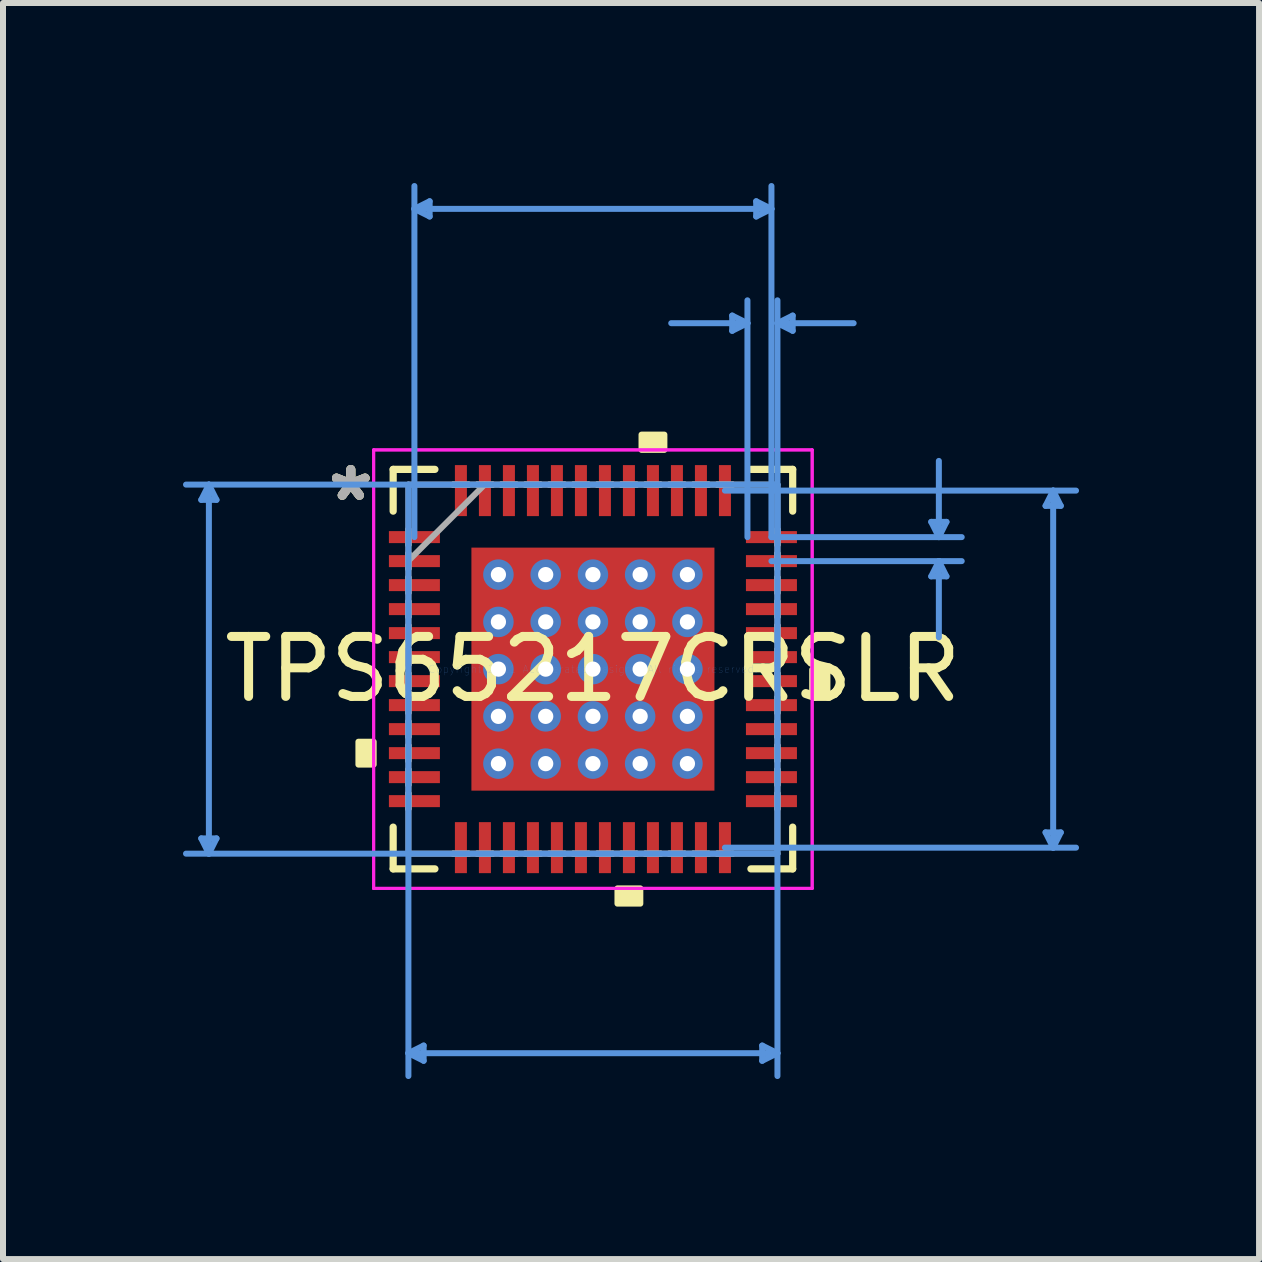
<source format=kicad_pcb>
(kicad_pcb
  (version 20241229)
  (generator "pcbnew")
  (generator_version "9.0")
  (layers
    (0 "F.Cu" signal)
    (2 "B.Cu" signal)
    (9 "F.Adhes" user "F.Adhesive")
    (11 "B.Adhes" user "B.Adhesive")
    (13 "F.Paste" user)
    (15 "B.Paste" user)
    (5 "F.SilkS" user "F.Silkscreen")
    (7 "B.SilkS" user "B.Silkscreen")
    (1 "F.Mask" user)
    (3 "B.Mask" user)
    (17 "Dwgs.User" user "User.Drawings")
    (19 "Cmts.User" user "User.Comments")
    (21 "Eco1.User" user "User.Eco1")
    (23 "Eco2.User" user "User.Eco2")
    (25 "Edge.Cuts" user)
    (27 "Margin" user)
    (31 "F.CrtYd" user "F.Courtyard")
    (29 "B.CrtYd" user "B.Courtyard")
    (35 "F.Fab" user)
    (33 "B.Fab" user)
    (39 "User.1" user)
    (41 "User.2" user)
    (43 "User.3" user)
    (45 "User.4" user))
  (footprint "TPS65217CRSLR"
    (layer "F.Cu")
    (at 6.831 8.101)
    (property "Reference" "TPS65217CRSLR" (at 0 0 0) (layer "F.SilkS") (effects (font (size 1 1) (thickness 0.15))))
    (attr through_hole)
    (fp_poly (pts (xy -3.45 -2.35) (xy -3.45 -2.05) (xy -2.5 -2.05) (xy -2.5 -2.35)) (stroke (width 0.1) (type solid)) (fill yes) (layer "F.Mask"))
    (fp_poly (pts (xy -3.45 -1.95) (xy -3.45 -1.65) (xy -2.5 -1.65) (xy -2.5 -1.95)) (stroke (width 0.1) (type solid)) (fill yes) (layer "F.Mask"))
    (fp_poly (pts (xy -3.45 -1.55) (xy -3.45 -1.25) (xy -2.5 -1.25) (xy -2.5 -1.55)) (stroke (width 0.1) (type solid)) (fill yes) (layer "F.Mask"))
    (fp_poly (pts (xy -3.45 -1.15) (xy -3.45 -0.85) (xy -2.5 -0.85) (xy -2.5 -1.15)) (stroke (width 0.1) (type solid)) (fill yes) (layer "F.Mask"))
    (fp_poly (pts (xy -3.45 -0.75) (xy -3.45 -0.45) (xy -2.5 -0.45) (xy -2.5 -0.75)) (stroke (width 0.1) (type solid)) (fill yes) (layer "F.Mask"))
    (fp_poly (pts (xy -3.45 -0.35) (xy -3.45 -0.05) (xy -2.5 -0.05) (xy -2.5 -0.35)) (stroke (width 0.1) (type solid)) (fill yes) (layer "F.Mask"))
    (fp_poly (pts (xy -3.45 0.05) (xy -3.45 0.35) (xy -2.5 0.35) (xy -2.5 0.05)) (stroke (width 0.1) (type solid)) (fill yes) (layer "F.Mask"))
    (fp_poly (pts (xy -3.45 0.45) (xy -3.45 0.75) (xy -2.5 0.75) (xy -2.5 0.45)) (stroke (width 0.1) (type solid)) (fill yes) (layer "F.Mask"))
    (fp_poly (pts (xy -3.45 0.85) (xy -3.45 1.15) (xy -2.5 1.15) (xy -2.5 0.85)) (stroke (width 0.1) (type solid)) (fill yes) (layer "F.Mask"))
    (fp_poly (pts (xy -3.45 1.25) (xy -3.45 1.55) (xy -2.5 1.55) (xy -2.5 1.25)) (stroke (width 0.1) (type solid)) (fill yes) (layer "F.Mask"))
    (fp_poly (pts (xy -3.45 1.65) (xy -3.45 1.95) (xy -2.5 1.95) (xy -2.5 1.65)) (stroke (width 0.1) (type solid)) (fill yes) (layer "F.Mask"))
    (fp_poly (pts (xy -3.45 2.05) (xy -3.45 2.35) (xy -2.5 2.35) (xy -2.5 2.05)) (stroke (width 0.1) (type solid)) (fill yes) (layer "F.Mask"))
    (fp_poly (pts (xy -2.35 -3.45) (xy -2.35 -2.5) (xy -2.05 -2.5) (xy -2.05 -3.45)) (stroke (width 0.1) (type solid)) (fill yes) (layer "F.Mask"))
    (fp_poly (pts (xy -2.35 2.5) (xy -2.35 3.45) (xy -2.05 3.45) (xy -2.05 2.5)) (stroke (width 0.1) (type solid)) (fill yes) (layer "F.Mask"))
    (fp_poly (pts (xy -2.088 -2.088) (xy -1.775 -2.088) (xy -1.775 2.088) (xy -2.088 2.088)) (stroke (width 0.1) (type solid)) (fill yes) (layer "F.Mask"))
    (fp_poly (pts (xy -2.088 -2.088) (xy 2.088 -2.088) (xy 2.088 -1.775) (xy -2.088 -1.775)) (stroke (width 0.1) (type solid)) (fill yes) (layer "F.Mask"))
    (fp_poly (pts (xy -2.088 -1.375) (xy 2.088 -1.375) (xy 2.088 -0.987) (xy -2.088 -0.987)) (stroke (width 0.1) (type solid)) (fill yes) (layer "F.Mask"))
    (fp_poly (pts (xy -2.088 -0.587) (xy 2.088 -0.587) (xy 2.088 -0.2) (xy -2.088 -0.2)) (stroke (width 0.1) (type solid)) (fill yes) (layer "F.Mask"))
    (fp_poly (pts (xy -2.088 0.2) (xy 2.088 0.2) (xy 2.088 0.587) (xy -2.088 0.587)) (stroke (width 0.1) (type solid)) (fill yes) (layer "F.Mask"))
    (fp_poly (pts (xy -2.088 0.987) (xy 2.088 0.987) (xy 2.088 1.375) (xy -2.088 1.375)) (stroke (width 0.1) (type solid)) (fill yes) (layer "F.Mask"))
    (fp_poly (pts (xy -2.088 1.775) (xy 2.088 1.775) (xy 2.088 2.088) (xy -2.088 2.088)) (stroke (width 0.1) (type solid)) (fill yes) (layer "F.Mask"))
    (fp_poly (pts (xy -1.95 -3.45) (xy -1.95 -2.5) (xy -1.65 -2.5) (xy -1.65 -3.45)) (stroke (width 0.1) (type solid)) (fill yes) (layer "F.Mask"))
    (fp_poly (pts (xy -1.95 2.5) (xy -1.95 3.45) (xy -1.65 3.45) (xy -1.65 2.5)) (stroke (width 0.1) (type solid)) (fill yes) (layer "F.Mask"))
    (fp_poly (pts (xy -1.55 -3.45) (xy -1.55 -2.5) (xy -1.25 -2.5) (xy -1.25 -3.45)) (stroke (width 0.1) (type solid)) (fill yes) (layer "F.Mask"))
    (fp_poly (pts (xy -1.55 2.5) (xy -1.55 3.45) (xy -1.25 3.45) (xy -1.25 2.5)) (stroke (width 0.1) (type solid)) (fill yes) (layer "F.Mask"))
    (fp_poly (pts (xy -1.15 -3.45) (xy -1.15 -2.5) (xy -0.85 -2.5) (xy -0.85 -3.45)) (stroke (width 0.1) (type solid)) (fill yes) (layer "F.Mask"))
    (fp_poly (pts (xy -1.15 2.5) (xy -1.15 3.45) (xy -0.85 3.45) (xy -0.85 2.5)) (stroke (width 0.1) (type solid)) (fill yes) (layer "F.Mask"))
    (fp_poly (pts (xy -0.987 -2.088) (xy -1.375 -2.088) (xy -1.375 2.088) (xy -0.987 2.088)) (stroke (width 0.1) (type solid)) (fill yes) (layer "F.Mask"))
    (fp_poly (pts (xy -0.75 2.5) (xy -0.75 3.45) (xy -0.45 3.45) (xy -0.45 2.5)) (stroke (width 0.1) (type solid)) (fill yes) (layer "F.Mask"))
    (fp_poly (pts (xy -0.75 -3.45) (xy -0.75 -2.5) (xy -0.45 -2.5) (xy -0.45 -3.45)) (stroke (width 0.1) (type solid)) (fill yes) (layer "F.Mask"))
    (fp_poly (pts (xy -0.35 -3.45) (xy -0.35 -2.5) (xy -0.05 -2.5) (xy -0.05 -3.45)) (stroke (width 0.1) (type solid)) (fill yes) (layer "F.Mask"))
    (fp_poly (pts (xy -0.35 2.5) (xy -0.35 3.45) (xy -0.05 3.45) (xy -0.05 2.5)) (stroke (width 0.1) (type solid)) (fill yes) (layer "F.Mask"))
    (fp_poly (pts (xy -0.2 -2.088) (xy -0.587 -2.088) (xy -0.587 2.088) (xy -0.2 2.088)) (stroke (width 0.1) (type solid)) (fill yes) (layer "F.Mask"))
    (fp_poly (pts (xy 0.05 -3.45) (xy 0.05 -2.5) (xy 0.35 -2.5) (xy 0.35 -3.45)) (stroke (width 0.1) (type solid)) (fill yes) (layer "F.Mask"))
    (fp_poly (pts (xy 0.05 2.5) (xy 0.05 3.45) (xy 0.35 3.45) (xy 0.35 2.5)) (stroke (width 0.1) (type solid)) (fill yes) (layer "F.Mask"))
    (fp_poly (pts (xy 0.45 -3.45) (xy 0.45 -2.5) (xy 0.75 -2.5) (xy 0.75 -3.45)) (stroke (width 0.1) (type solid)) (fill yes) (layer "F.Mask"))
    (fp_poly (pts (xy 0.45 2.5) (xy 0.45 3.45) (xy 0.75 3.45) (xy 0.75 2.5)) (stroke (width 0.1) (type solid)) (fill yes) (layer "F.Mask"))
    (fp_poly (pts (xy 0.587 -2.088) (xy 0.2 -2.088) (xy 0.2 2.088) (xy 0.587 2.088)) (stroke (width 0.1) (type solid)) (fill yes) (layer "F.Mask"))
    (fp_poly (pts (xy 0.85 -3.45) (xy 0.85 -2.5) (xy 1.15 -2.5) (xy 1.15 -3.45)) (stroke (width 0.1) (type solid)) (fill yes) (layer "F.Mask"))
    (fp_poly (pts (xy 0.85 2.5) (xy 0.85 3.45) (xy 1.15 3.45) (xy 1.15 2.5)) (stroke (width 0.1) (type solid)) (fill yes) (layer "F.Mask"))
    (fp_poly (pts (xy 1.25 -3.45) (xy 1.25 -2.5) (xy 1.55 -2.5) (xy 1.55 -3.45)) (stroke (width 0.1) (type solid)) (fill yes) (layer "F.Mask"))
    (fp_poly (pts (xy 1.25 2.5) (xy 1.25 3.45) (xy 1.55 3.45) (xy 1.55 2.5)) (stroke (width 0.1) (type solid)) (fill yes) (layer "F.Mask"))
    (fp_poly (pts (xy 1.375 -2.088) (xy 0.987 -2.088) (xy 0.987 2.088) (xy 1.375 2.088)) (stroke (width 0.1) (type solid)) (fill yes) (layer "F.Mask"))
    (fp_poly (pts (xy 1.65 -3.45) (xy 1.65 -2.5) (xy 1.95 -2.5) (xy 1.95 -3.45)) (stroke (width 0.1) (type solid)) (fill yes) (layer "F.Mask"))
    (fp_poly (pts (xy 1.65 2.5) (xy 1.65 3.45) (xy 1.95 3.45) (xy 1.95 2.5)) (stroke (width 0.1) (type solid)) (fill yes) (layer "F.Mask"))
    (fp_poly (pts (xy 1.775 -2.088) (xy 2.088 -2.088) (xy 2.088 2.088) (xy 1.775 2.088)) (stroke (width 0.1) (type solid)) (fill yes) (layer "F.Mask"))
    (fp_poly (pts (xy 2.05 -3.45) (xy 2.05 -2.5) (xy 2.35 -2.5) (xy 2.35 -3.45)) (stroke (width 0.1) (type solid)) (fill yes) (layer "F.Mask"))
    (fp_poly (pts (xy 2.05 2.5) (xy 2.05 3.45) (xy 2.35 3.45) (xy 2.35 2.5)) (stroke (width 0.1) (type solid)) (fill yes) (layer "F.Mask"))
    (fp_poly (pts (xy 2.5 -2.35) (xy 2.5 -2.05) (xy 3.45 -2.05) (xy 3.45 -2.35)) (stroke (width 0.1) (type solid)) (fill yes) (layer "F.Mask"))
    (fp_poly (pts (xy 2.5 -1.95) (xy 2.5 -1.65) (xy 3.45 -1.65) (xy 3.45 -1.95)) (stroke (width 0.1) (type solid)) (fill yes) (layer "F.Mask"))
    (fp_poly (pts (xy 2.5 -1.55) (xy 2.5 -1.25) (xy 3.45 -1.25) (xy 3.45 -1.55)) (stroke (width 0.1) (type solid)) (fill yes) (layer "F.Mask"))
    (fp_poly (pts (xy 2.5 -1.15) (xy 2.5 -0.85) (xy 3.45 -0.85) (xy 3.45 -1.15)) (stroke (width 0.1) (type solid)) (fill yes) (layer "F.Mask"))
    (fp_poly (pts (xy 2.5 -0.75) (xy 2.5 -0.45) (xy 3.45 -0.45) (xy 3.45 -0.75)) (stroke (width 0.1) (type solid)) (fill yes) (layer "F.Mask"))
    (fp_poly (pts (xy 2.5 -0.35) (xy 2.5 -0.05) (xy 3.45 -0.05) (xy 3.45 -0.35)) (stroke (width 0.1) (type solid)) (fill yes) (layer "F.Mask"))
    (fp_poly (pts (xy 2.5 0.05) (xy 2.5 0.35) (xy 3.45 0.35) (xy 3.45 0.05)) (stroke (width 0.1) (type solid)) (fill yes) (layer "F.Mask"))
    (fp_poly (pts (xy 2.5 0.45) (xy 2.5 0.75) (xy 3.45 0.75) (xy 3.45 0.45)) (stroke (width 0.1) (type solid)) (fill yes) (layer "F.Mask"))
    (fp_poly (pts (xy 2.5 0.85) (xy 2.5 1.15) (xy 3.45 1.15) (xy 3.45 0.85)) (stroke (width 0.1) (type solid)) (fill yes) (layer "F.Mask"))
    (fp_poly (pts (xy 2.5 1.25) (xy 2.5 1.55) (xy 3.45 1.55) (xy 3.45 1.25)) (stroke (width 0.1) (type solid)) (fill yes) (layer "F.Mask"))
    (fp_poly (pts (xy 2.5 1.65) (xy 2.5 1.95) (xy 3.45 1.95) (xy 3.45 1.65)) (stroke (width 0.1) (type solid)) (fill yes) (layer "F.Mask"))
    (fp_poly (pts (xy 2.5 2.05) (xy 2.5 2.35) (xy 3.45 2.35) (xy 3.45 2.05)) (stroke (width 0.1) (type solid)) (fill yes) (layer "F.Mask"))
    (fp_line (start -3.329 -3.329) (end -3.329 -2.633) (stroke (width 0.12) (type solid)) (layer "F.SilkS"))
    (fp_line (start -3.329 2.633) (end -3.329 3.329) (stroke (width 0.12) (type solid)) (layer "F.SilkS"))
    (fp_line (start -3.329 3.329) (end -2.633 3.329) (stroke (width 0.12) (type solid)) (layer "F.SilkS"))
    (fp_line (start -2.633 -3.329) (end -3.329 -3.329) (stroke (width 0.12) (type solid)) (layer "F.SilkS"))
    (fp_line (start 2.633 3.329) (end 3.329 3.329) (stroke (width 0.12) (type solid)) (layer "F.SilkS"))
    (fp_line (start 3.329 -3.329) (end 2.633 -3.329) (stroke (width 0.12) (type solid)) (layer "F.SilkS"))
    (fp_line (start 3.329 -2.633) (end 3.329 -3.329) (stroke (width 0.12) (type solid)) (layer "F.SilkS"))
    (fp_line (start 3.329 3.329) (end 3.329 2.633) (stroke (width 0.12) (type solid)) (layer "F.SilkS"))
    (fp_poly (pts (xy -3.908 1.21) (xy -3.908 1.591) (xy -3.654 1.591) (xy -3.654 1.21)) (stroke (width 0.1) (type solid)) (fill yes) (layer "F.SilkS"))
    (fp_poly (pts (xy 0.409 3.654) (xy 0.409 3.908) (xy 0.79 3.908) (xy 0.79 3.654)) (stroke (width 0.1) (type solid)) (fill yes) (layer "F.SilkS"))
    (fp_poly (pts (xy 0.81 -3.654) (xy 0.81 -3.908) (xy 1.191 -3.908) (xy 1.191 -3.654)) (stroke (width 0.1) (type solid)) (fill yes) (layer "F.SilkS"))
    (fp_poly (pts (xy 3.908 0.009) (xy 3.908 0.391) (xy 3.654 0.391) (xy 3.654 0.009)) (stroke (width 0.1) (type solid)) (fill yes) (layer "F.SilkS"))
    (fp_poly (pts (xy -3.375 -2.275) (xy -3.375 -2.125) (xy -2.575 -2.125) (xy -2.575 -2.275)) (stroke (width 0.1) (type solid)) (fill yes) (layer "F.Paste"))
    (fp_poly (pts (xy -3.375 -1.875) (xy -3.375 -1.725) (xy -2.575 -1.725) (xy -2.575 -1.875)) (stroke (width 0.1) (type solid)) (fill yes) (layer "F.Paste"))
    (fp_poly (pts (xy -3.375 -1.475) (xy -3.375 -1.325) (xy -2.575 -1.325) (xy -2.575 -1.475)) (stroke (width 0.1) (type solid)) (fill yes) (layer "F.Paste"))
    (fp_poly (pts (xy -3.375 -1.075) (xy -3.375 -0.925) (xy -2.575 -0.925) (xy -2.575 -1.075)) (stroke (width 0.1) (type solid)) (fill yes) (layer "F.Paste"))
    (fp_poly (pts (xy -3.375 -0.675) (xy -3.375 -0.525) (xy -2.575 -0.525) (xy -2.575 -0.675)) (stroke (width 0.1) (type solid)) (fill yes) (layer "F.Paste"))
    (fp_poly (pts (xy -3.375 -0.275) (xy -3.375 -0.125) (xy -2.575 -0.125) (xy -2.575 -0.275)) (stroke (width 0.1) (type solid)) (fill yes) (layer "F.Paste"))
    (fp_poly (pts (xy -3.375 0.125) (xy -3.375 0.275) (xy -2.575 0.275) (xy -2.575 0.125)) (stroke (width 0.1) (type solid)) (fill yes) (layer "F.Paste"))
    (fp_poly (pts (xy -3.375 0.525) (xy -3.375 0.675) (xy -2.575 0.675) (xy -2.575 0.525)) (stroke (width 0.1) (type solid)) (fill yes) (layer "F.Paste"))
    (fp_poly (pts (xy -3.375 0.925) (xy -3.375 1.075) (xy -2.575 1.075) (xy -2.575 0.925)) (stroke (width 0.1) (type solid)) (fill yes) (layer "F.Paste"))
    (fp_poly (pts (xy -3.375 1.325) (xy -3.375 1.475) (xy -2.575 1.475) (xy -2.575 1.325)) (stroke (width 0.1) (type solid)) (fill yes) (layer "F.Paste"))
    (fp_poly (pts (xy -3.375 1.725) (xy -3.375 1.875) (xy -2.575 1.875) (xy -2.575 1.725)) (stroke (width 0.1) (type solid)) (fill yes) (layer "F.Paste"))
    (fp_poly (pts (xy -3.375 2.125) (xy -3.375 2.275) (xy -2.575 2.275) (xy -2.575 2.125)) (stroke (width 0.1) (type solid)) (fill yes) (layer "F.Paste"))
    (fp_poly (pts (xy -2.275 -3.375) (xy -2.275 -2.575) (xy -2.125 -2.575) (xy -2.125 -3.375)) (stroke (width 0.1) (type solid)) (fill yes) (layer "F.Paste"))
    (fp_poly (pts (xy -2.275 2.575) (xy -2.275 3.375) (xy -2.125 3.375) (xy -2.125 2.575)) (stroke (width 0.1) (type solid)) (fill yes) (layer "F.Paste"))
    (fp_poly (pts (xy -1.875 -3.375) (xy -1.875 -2.575) (xy -1.725 -2.575) (xy -1.725 -3.375)) (stroke (width 0.1) (type solid)) (fill yes) (layer "F.Paste"))
    (fp_poly (pts (xy -1.875 2.575) (xy -1.875 3.375) (xy -1.725 3.375) (xy -1.725 2.575)) (stroke (width 0.1) (type solid)) (fill yes) (layer "F.Paste"))
    (fp_poly (pts (xy -1.475 -3.375) (xy -1.475 -2.575) (xy -1.325 -2.575) (xy -1.325 -3.375)) (stroke (width 0.1) (type solid)) (fill yes) (layer "F.Paste"))
    (fp_poly (pts (xy -1.475 2.575) (xy -1.475 3.375) (xy -1.325 3.375) (xy -1.325 2.575)) (stroke (width 0.1) (type solid)) (fill yes) (layer "F.Paste"))
    (fp_poly (pts (xy -1.075 -3.375) (xy -1.075 -2.575) (xy -0.925 -2.575) (xy -0.925 -3.375)) (stroke (width 0.1) (type solid)) (fill yes) (layer "F.Paste"))
    (fp_poly (pts (xy -1.075 2.575) (xy -1.075 3.375) (xy -0.925 3.375) (xy -0.925 2.575)) (stroke (width 0.1) (type solid)) (fill yes) (layer "F.Paste"))
    (fp_poly (pts (xy -0.675 -3.375) (xy -0.675 -2.575) (xy -0.525 -2.575) (xy -0.525 -3.375)) (stroke (width 0.1) (type solid)) (fill yes) (layer "F.Paste"))
    (fp_poly (pts (xy -0.675 2.575) (xy -0.675 3.375) (xy -0.525 3.375) (xy -0.525 2.575)) (stroke (width 0.1) (type solid)) (fill yes) (layer "F.Paste"))
    (fp_poly (pts (xy -0.275 -3.375) (xy -0.275 -2.575) (xy -0.125 -2.575) (xy -0.125 -3.375)) (stroke (width 0.1) (type solid)) (fill yes) (layer "F.Paste"))
    (fp_poly (pts (xy -0.275 2.575) (xy -0.275 3.375) (xy -0.125 3.375) (xy -0.125 2.575)) (stroke (width 0.1) (type solid)) (fill yes) (layer "F.Paste"))
    (fp_poly (pts (xy 0.125 -3.375) (xy 0.125 -2.575) (xy 0.275 -2.575) (xy 0.275 -3.375)) (stroke (width 0.1) (type solid)) (fill yes) (layer "F.Paste"))
    (fp_poly (pts (xy 0.125 2.575) (xy 0.125 3.375) (xy 0.275 3.375) (xy 0.275 2.575)) (stroke (width 0.1) (type solid)) (fill yes) (layer "F.Paste"))
    (fp_poly (pts (xy 0.525 -3.375) (xy 0.525 -2.575) (xy 0.675 -2.575) (xy 0.675 -3.375)) (stroke (width 0.1) (type solid)) (fill yes) (layer "F.Paste"))
    (fp_poly (pts (xy 0.525 2.575) (xy 0.525 3.375) (xy 0.675 3.375) (xy 0.675 2.575)) (stroke (width 0.1) (type solid)) (fill yes) (layer "F.Paste"))
    (fp_poly (pts (xy 0.925 -3.375) (xy 0.925 -2.575) (xy 1.075 -2.575) (xy 1.075 -3.375)) (stroke (width 0.1) (type solid)) (fill yes) (layer "F.Paste"))
    (fp_poly (pts (xy 0.925 2.575) (xy 0.925 3.375) (xy 1.075 3.375) (xy 1.075 2.575)) (stroke (width 0.1) (type solid)) (fill yes) (layer "F.Paste"))
    (fp_poly (pts (xy 1.325 2.575) (xy 1.325 3.375) (xy 1.475 3.375) (xy 1.475 2.575)) (stroke (width 0.1) (type solid)) (fill yes) (layer "F.Paste"))
    (fp_poly (pts (xy 1.325 -3.375) (xy 1.325 -2.575) (xy 1.475 -2.575) (xy 1.475 -3.375)) (stroke (width 0.1) (type solid)) (fill yes) (layer "F.Paste"))
    (fp_poly (pts (xy 1.725 -3.375) (xy 1.725 -2.575) (xy 1.875 -2.575) (xy 1.875 -3.375)) (stroke (width 0.1) (type solid)) (fill yes) (layer "F.Paste"))
    (fp_poly (pts (xy 1.725 2.575) (xy 1.725 3.375) (xy 1.875 3.375) (xy 1.875 2.575)) (stroke (width 0.1) (type solid)) (fill yes) (layer "F.Paste"))
    (fp_poly (pts (xy 2.125 -3.375) (xy 2.125 -2.575) (xy 2.275 -2.575) (xy 2.275 -3.375)) (stroke (width 0.1) (type solid)) (fill yes) (layer "F.Paste"))
    (fp_poly (pts (xy 2.125 2.575) (xy 2.125 3.375) (xy 2.275 3.375) (xy 2.275 2.575)) (stroke (width 0.1) (type solid)) (fill yes) (layer "F.Paste"))
    (fp_poly (pts (xy 2.575 -2.275) (xy 2.575 -2.125) (xy 3.375 -2.125) (xy 3.375 -2.275)) (stroke (width 0.1) (type solid)) (fill yes) (layer "F.Paste"))
    (fp_poly (pts (xy 2.575 -1.875) (xy 2.575 -1.725) (xy 3.375 -1.725) (xy 3.375 -1.875)) (stroke (width 0.1) (type solid)) (fill yes) (layer "F.Paste"))
    (fp_poly (pts (xy 2.575 -1.475) (xy 2.575 -1.325) (xy 3.375 -1.325) (xy 3.375 -1.475)) (stroke (width 0.1) (type solid)) (fill yes) (layer "F.Paste"))
    (fp_poly (pts (xy 2.575 -1.075) (xy 2.575 -0.925) (xy 3.375 -0.925) (xy 3.375 -1.075)) (stroke (width 0.1) (type solid)) (fill yes) (layer "F.Paste"))
    (fp_poly (pts (xy 2.575 -0.675) (xy 2.575 -0.525) (xy 3.375 -0.525) (xy 3.375 -0.675)) (stroke (width 0.1) (type solid)) (fill yes) (layer "F.Paste"))
    (fp_poly (pts (xy 2.575 -0.275) (xy 2.575 -0.125) (xy 3.375 -0.125) (xy 3.375 -0.275)) (stroke (width 0.1) (type solid)) (fill yes) (layer "F.Paste"))
    (fp_poly (pts (xy 2.575 0.125) (xy 2.575 0.275) (xy 3.375 0.275) (xy 3.375 0.125)) (stroke (width 0.1) (type solid)) (fill yes) (layer "F.Paste"))
    (fp_poly (pts (xy 2.575 0.525) (xy 2.575 0.675) (xy 3.375 0.675) (xy 3.375 0.525)) (stroke (width 0.1) (type solid)) (fill yes) (layer "F.Paste"))
    (fp_poly (pts (xy 2.575 0.925) (xy 2.575 1.075) (xy 3.375 1.075) (xy 3.375 0.925)) (stroke (width 0.1) (type solid)) (fill yes) (layer "F.Paste"))
    (fp_poly (pts (xy 2.575 1.325) (xy 2.575 1.475) (xy 3.375 1.475) (xy 3.375 1.325)) (stroke (width 0.1) (type solid)) (fill yes) (layer "F.Paste"))
    (fp_poly (pts (xy 2.575 1.725) (xy 2.575 1.875) (xy 3.375 1.875) (xy 3.375 1.725)) (stroke (width 0.1) (type solid)) (fill yes) (layer "F.Paste"))
    (fp_poly (pts (xy 2.575 2.125) (xy 2.575 2.275) (xy 3.375 2.275) (xy 3.375 2.125)) (stroke (width 0.1) (type solid)) (fill yes) (layer "F.Paste"))
    (fp_poly (pts (xy -1.95 -1.95) (xy -1.95 -1.675) (xy -1.816 -1.675) (xy -1.675 -1.816) (xy -1.675 -1.95)) (stroke (width 0.1) (type solid)) (fill yes) (layer "F.Paste"))
    (fp_poly (pts (xy -1.95 1.675) (xy -1.95 1.95) (xy -1.675 1.95) (xy -1.675 1.816) (xy -1.816 1.675)) (stroke (width 0.1) (type solid)) (fill yes) (layer "F.Paste"))
    (fp_poly (pts (xy 1.675 -1.95) (xy 1.675 -1.816) (xy 1.816 -1.675) (xy 1.95 -1.675) (xy 1.95 -1.95)) (stroke (width 0.1) (type solid)) (fill yes) (layer "F.Paste"))
    (fp_poly (pts (xy 1.816 1.675) (xy 1.675 1.816) (xy 1.675 1.95) (xy 1.95 1.95) (xy 1.95 1.675)) (stroke (width 0.1) (type solid)) (fill yes) (layer "F.Paste"))
    (fp_poly (pts (xy -1.95 -1.475) (xy -1.95 -0.887) (xy -1.816 -0.887) (xy -1.675 -1.029) (xy -1.675 -1.333) (xy -1.816 -1.475)) (stroke (width 0.1) (type solid)) (fill yes) (layer "F.Paste"))
    (fp_poly (pts (xy -1.95 -0.687) (xy -1.95 -0.1) (xy -1.816 -0.1) (xy -1.675 -0.241) (xy -1.675 -0.546) (xy -1.816 -0.687)) (stroke (width 0.1) (type solid)) (fill yes) (layer "F.Paste"))
    (fp_poly (pts (xy -1.95 0.1) (xy -1.95 0.687) (xy -1.816 0.687) (xy -1.675 0.546) (xy -1.675 0.241) (xy -1.816 0.1)) (stroke (width 0.1) (type solid)) (fill yes) (layer "F.Paste"))
    (fp_poly (pts (xy -1.95 0.887) (xy -1.95 1.475) (xy -1.816 1.475) (xy -1.675 1.333) (xy -1.675 1.029) (xy -1.816 0.887)) (stroke (width 0.1) (type solid)) (fill yes) (layer "F.Paste"))
    (fp_poly (pts (xy -1.475 -1.95) (xy -1.475 -1.816) (xy -1.333 -1.675) (xy -1.029 -1.675) (xy -0.887 -1.816) (xy -0.887 -1.95)) (stroke (width 0.1) (type solid)) (fill yes) (layer "F.Paste"))
    (fp_poly (pts (xy -1.333 1.675) (xy -1.475 1.816) (xy -1.475 1.95) (xy -0.887 1.95) (xy -0.887 1.816) (xy -1.029 1.675)) (stroke (width 0.1) (type solid)) (fill yes) (layer "F.Paste"))
    (fp_poly (pts (xy -0.687 -1.95) (xy -0.687 -1.816) (xy -0.546 -1.675) (xy -0.241 -1.675) (xy -0.1 -1.816) (xy -0.1 -1.95)) (stroke (width 0.1) (type solid)) (fill yes) (layer "F.Paste"))
    (fp_poly (pts (xy -0.546 1.675) (xy -0.687 1.816) (xy -0.687 1.95) (xy -0.1 1.95) (xy -0.1 1.816) (xy -0.241 1.675)) (stroke (width 0.1) (type solid)) (fill yes) (layer "F.Paste"))
    (fp_poly (pts (xy 0.1 -1.95) (xy 0.1 -1.816) (xy 0.241 -1.675) (xy 0.546 -1.675) (xy 0.687 -1.816) (xy 0.687 -1.95)) (stroke (width 0.1) (type solid)) (fill yes) (layer "F.Paste"))
    (fp_poly (pts (xy 0.241 1.675) (xy 0.1 1.816) (xy 0.1 1.95) (xy 0.687 1.95) (xy 0.687 1.816) (xy 0.546 1.675)) (stroke (width 0.1) (type solid)) (fill yes) (layer "F.Paste"))
    (fp_poly (pts (xy 0.887 -1.95) (xy 0.887 -1.816) (xy 1.029 -1.675) (xy 1.333 -1.675) (xy 1.475 -1.816) (xy 1.475 -1.95)) (stroke (width 0.1) (type solid)) (fill yes) (layer "F.Paste"))
    (fp_poly (pts (xy 1.029 1.675) (xy 0.887 1.816) (xy 0.887 1.95) (xy 1.475 1.95) (xy 1.475 1.816) (xy 1.333 1.675)) (stroke (width 0.1) (type solid)) (fill yes) (layer "F.Paste"))
    (fp_poly (pts (xy 1.816 -1.475) (xy 1.675 -1.333) (xy 1.675 -1.029) (xy 1.816 -0.887) (xy 1.95 -0.887) (xy 1.95 -1.475)) (stroke (width 0.1) (type solid)) (fill yes) (layer "F.Paste"))
    (fp_poly (pts (xy 1.816 -0.687) (xy 1.675 -0.546) (xy 1.675 -0.241) (xy 1.816 -0.1) (xy 1.95 -0.1) (xy 1.95 -0.687)) (stroke (width 0.1) (type solid)) (fill yes) (layer "F.Paste"))
    (fp_poly (pts (xy 1.816 0.1) (xy 1.675 0.241) (xy 1.675 0.546) (xy 1.816 0.687) (xy 1.95 0.687) (xy 1.95 0.1)) (stroke (width 0.1) (type solid)) (fill yes) (layer "F.Paste"))
    (fp_poly (pts (xy 1.816 0.887) (xy 1.675 1.029) (xy 1.675 1.333) (xy 1.816 1.475) (xy 1.95 1.475) (xy 1.95 0.887)) (stroke (width 0.1) (type solid)) (fill yes) (layer "F.Paste"))
    (fp_poly (pts (xy -1.333 -1.475) (xy -1.475 -1.333) (xy -1.475 -1.029) (xy -1.333 -0.887) (xy -1.029 -0.887) (xy -0.887 -1.029) (xy -0.887 -1.333) (xy -1.029 -1.475)) (stroke (width 0.1) (type solid)) (fill yes) (layer "F.Paste"))
    (fp_poly (pts (xy -1.333 -0.687) (xy -1.475 -0.546) (xy -1.475 -0.241) (xy -1.333 -0.1) (xy -1.029 -0.1) (xy -0.887 -0.241) (xy -0.887 -0.546) (xy -1.029 -0.687)) (stroke (width 0.1) (type solid)) (fill yes) (layer "F.Paste"))
    (fp_poly (pts (xy -1.333 0.1) (xy -1.475 0.241) (xy -1.475 0.546) (xy -1.333 0.687) (xy -1.029 0.687) (xy -0.887 0.546) (xy -0.887 0.241) (xy -1.029 0.1)) (stroke (width 0.1) (type solid)) (fill yes) (layer "F.Paste"))
    (fp_poly (pts (xy -1.333 0.887) (xy -1.475 1.029) (xy -1.475 1.333) (xy -1.333 1.475) (xy -1.029 1.475) (xy -0.887 1.333) (xy -0.887 1.029) (xy -1.029 0.887)) (stroke (width 0.1) (type solid)) (fill yes) (layer "F.Paste"))
    (fp_poly (pts (xy -0.546 -1.475) (xy -0.687 -1.333) (xy -0.687 -1.029) (xy -0.546 -0.887) (xy -0.241 -0.887) (xy -0.1 -1.029) (xy -0.1 -1.333) (xy -0.241 -1.475)) (stroke (width 0.1) (type solid)) (fill yes) (layer "F.Paste"))
    (fp_poly (pts (xy -0.546 -0.687) (xy -0.687 -0.546) (xy -0.687 -0.241) (xy -0.546 -0.1) (xy -0.241 -0.1) (xy -0.1 -0.241) (xy -0.1 -0.546) (xy -0.241 -0.687)) (stroke (width 0.1) (type solid)) (fill yes) (layer "F.Paste"))
    (fp_poly (pts (xy -0.546 0.1) (xy -0.687 0.241) (xy -0.687 0.546) (xy -0.546 0.687) (xy -0.241 0.687) (xy -0.1 0.546) (xy -0.1 0.241) (xy -0.241 0.1)) (stroke (width 0.1) (type solid)) (fill yes) (layer "F.Paste"))
    (fp_poly (pts (xy -0.546 0.887) (xy -0.687 1.029) (xy -0.687 1.333) (xy -0.546 1.475) (xy -0.241 1.475) (xy -0.1 1.333) (xy -0.1 1.029) (xy -0.241 0.887)) (stroke (width 0.1) (type solid)) (fill yes) (layer "F.Paste"))
    (fp_poly (pts (xy 0.241 -1.475) (xy 0.1 -1.333) (xy 0.1 -1.029) (xy 0.241 -0.887) (xy 0.546 -0.887) (xy 0.687 -1.029) (xy 0.687 -1.333) (xy 0.546 -1.475)) (stroke (width 0.1) (type solid)) (fill yes) (layer "F.Paste"))
    (fp_poly (pts (xy 0.241 -0.687) (xy 0.1 -0.546) (xy 0.1 -0.241) (xy 0.241 -0.1) (xy 0.546 -0.1) (xy 0.687 -0.241) (xy 0.687 -0.546) (xy 0.546 -0.687)) (stroke (width 0.1) (type solid)) (fill yes) (layer "F.Paste"))
    (fp_poly (pts (xy 0.241 0.1) (xy 0.1 0.241) (xy 0.1 0.546) (xy 0.241 0.687) (xy 0.546 0.687) (xy 0.687 0.546) (xy 0.687 0.241) (xy 0.546 0.1)) (stroke (width 0.1) (type solid)) (fill yes) (layer "F.Paste"))
    (fp_poly (pts (xy 0.241 0.887) (xy 0.1 1.029) (xy 0.1 1.333) (xy 0.241 1.475) (xy 0.546 1.475) (xy 0.687 1.333) (xy 0.687 1.029) (xy 0.546 0.887)) (stroke (width 0.1) (type solid)) (fill yes) (layer "F.Paste"))
    (fp_poly (pts (xy 1.029 -1.475) (xy 0.887 -1.333) (xy 0.887 -1.029) (xy 1.029 -0.887) (xy 1.333 -0.887) (xy 1.475 -1.029) (xy 1.475 -1.333) (xy 1.333 -1.475)) (stroke (width 0.1) (type solid)) (fill yes) (layer "F.Paste"))
    (fp_poly (pts (xy 1.029 -0.687) (xy 0.887 -0.546) (xy 0.887 -0.241) (xy 1.029 -0.1) (xy 1.333 -0.1) (xy 1.475 -0.241) (xy 1.475 -0.546) (xy 1.333 -0.687)) (stroke (width 0.1) (type solid)) (fill yes) (layer "F.Paste"))
    (fp_poly (pts (xy 1.029 0.1) (xy 0.887 0.241) (xy 0.887 0.546) (xy 1.029 0.687) (xy 1.333 0.687) (xy 1.475 0.546) (xy 1.475 0.241) (xy 1.333 0.1)) (stroke (width 0.1) (type solid)) (fill yes) (layer "F.Paste"))
    (fp_poly (pts (xy 1.029 0.887) (xy 0.887 1.029) (xy 0.887 1.333) (xy 1.029 1.475) (xy 1.333 1.475) (xy 1.475 1.333) (xy 1.475 1.029) (xy 1.333 0.887)) (stroke (width 0.1) (type solid)) (fill yes) (layer "F.Paste"))
    (fp_line (start -6.527 -2.821) (end -6.273 -2.821) (stroke (width 0.1) (type solid)) (layer "Cmts.User"))
    (fp_line (start -6.527 2.821) (end -6.273 2.821) (stroke (width 0.1) (type solid)) (layer "Cmts.User"))
    (fp_line (start -6.4 -3.075) (end -6.527 -2.821) (stroke (width 0.1) (type solid)) (layer "Cmts.User"))
    (fp_line (start -6.4 -3.075) (end -6.4 3.075) (stroke (width 0.1) (type solid)) (layer "Cmts.User"))
    (fp_line (start -6.4 -3.075) (end -6.273 -2.821) (stroke (width 0.1) (type solid)) (layer "Cmts.User"))
    (fp_line (start -6.4 3.075) (end -6.527 2.821) (stroke (width 0.1) (type solid)) (layer "Cmts.User"))
    (fp_line (start -6.4 3.075) (end -6.273 2.821) (stroke (width 0.1) (type solid)) (layer "Cmts.User"))
    (fp_line (start -3.075 -3.075) (end -3.075 6.781) (stroke (width 0.1) (type solid)) (layer "Cmts.User"))
    (fp_line (start -3.075 6.4) (end -2.821 6.273) (stroke (width 0.1) (type solid)) (layer "Cmts.User"))
    (fp_line (start -3.075 6.4) (end -2.821 6.527) (stroke (width 0.1) (type solid)) (layer "Cmts.User"))
    (fp_line (start -3.075 6.4) (end 3.075 6.4) (stroke (width 0.1) (type solid)) (layer "Cmts.User"))
    (fp_line (start -2.975 -7.67) (end -2.721 -7.797) (stroke (width 0.1) (type solid)) (layer "Cmts.User"))
    (fp_line (start -2.975 -7.67) (end -2.721 -7.543) (stroke (width 0.1) (type solid)) (layer "Cmts.User"))
    (fp_line (start -2.975 -7.67) (end 2.975 -7.67) (stroke (width 0.1) (type solid)) (layer "Cmts.User"))
    (fp_line (start -2.975 -2.2) (end -2.975 -8.051) (stroke (width 0.1) (type solid)) (layer "Cmts.User"))
    (fp_line (start -2.821 6.273) (end -2.821 6.527) (stroke (width 0.1) (type solid)) (layer "Cmts.User"))
    (fp_line (start -2.721 -7.797) (end -2.721 -7.543) (stroke (width 0.1) (type solid)) (layer "Cmts.User"))
    (fp_line (start 2.2 -2.975) (end 8.051 -2.975) (stroke (width 0.1) (type solid)) (layer "Cmts.User"))
    (fp_line (start 2.2 2.975) (end 8.051 2.975) (stroke (width 0.1) (type solid)) (layer "Cmts.User"))
    (fp_line (start 2.321 -5.892) (end 2.321 -5.638) (stroke (width 0.1) (type solid)) (layer "Cmts.User"))
    (fp_line (start 2.575 -5.765) (end 1.305 -5.765) (stroke (width 0.1) (type solid)) (layer "Cmts.User"))
    (fp_line (start 2.575 -5.765) (end 2.321 -5.892) (stroke (width 0.1) (type solid)) (layer "Cmts.User"))
    (fp_line (start 2.575 -5.765) (end 2.321 -5.638) (stroke (width 0.1) (type solid)) (layer "Cmts.User"))
    (fp_line (start 2.575 -2.2) (end 2.575 -6.146) (stroke (width 0.1) (type solid)) (layer "Cmts.User"))
    (fp_line (start 2.721 -7.797) (end 2.721 -7.543) (stroke (width 0.1) (type solid)) (layer "Cmts.User"))
    (fp_line (start 2.821 6.273) (end 2.821 6.527) (stroke (width 0.1) (type solid)) (layer "Cmts.User"))
    (fp_line (start 2.975 -7.67) (end 2.721 -7.797) (stroke (width 0.1) (type solid)) (layer "Cmts.User"))
    (fp_line (start 2.975 -7.67) (end 2.721 -7.543) (stroke (width 0.1) (type solid)) (layer "Cmts.User"))
    (fp_line (start 2.975 -2.2) (end 2.975 -8.051) (stroke (width 0.1) (type solid)) (layer "Cmts.User"))
    (fp_line (start 2.975 -2.2) (end 6.146 -2.2) (stroke (width 0.1) (type solid)) (layer "Cmts.User"))
    (fp_line (start 2.975 -1.8) (end 6.146 -1.8) (stroke (width 0.1) (type solid)) (layer "Cmts.User"))
    (fp_line (start 3.075 -5.765) (end 3.329 -5.892) (stroke (width 0.1) (type solid)) (layer "Cmts.User"))
    (fp_line (start 3.075 -5.765) (end 3.329 -5.638) (stroke (width 0.1) (type solid)) (layer "Cmts.User"))
    (fp_line (start 3.075 -5.765) (end 4.345 -5.765) (stroke (width 0.1) (type solid)) (layer "Cmts.User"))
    (fp_line (start 3.075 -3.075) (end -6.781 -3.075) (stroke (width 0.1) (type solid)) (layer "Cmts.User"))
    (fp_line (start 3.075 -3.075) (end 3.075 6.781) (stroke (width 0.1) (type solid)) (layer "Cmts.User"))
    (fp_line (start 3.075 -2.2) (end 3.075 -6.146) (stroke (width 0.1) (type solid)) (layer "Cmts.User"))
    (fp_line (start 3.075 3.075) (end -6.781 3.075) (stroke (width 0.1) (type solid)) (layer "Cmts.User"))
    (fp_line (start 3.075 6.4) (end 2.821 6.273) (stroke (width 0.1) (type solid)) (layer "Cmts.User"))
    (fp_line (start 3.075 6.4) (end 2.821 6.527) (stroke (width 0.1) (type solid)) (layer "Cmts.User"))
    (fp_line (start 3.329 -5.892) (end 3.329 -5.638) (stroke (width 0.1) (type solid)) (layer "Cmts.User"))
    (fp_line (start 5.638 -2.454) (end 5.892 -2.454) (stroke (width 0.1) (type solid)) (layer "Cmts.User"))
    (fp_line (start 5.638 -1.546) (end 5.892 -1.546) (stroke (width 0.1) (type solid)) (layer "Cmts.User"))
    (fp_line (start 5.765 -2.2) (end 5.638 -2.454) (stroke (width 0.1) (type solid)) (layer "Cmts.User"))
    (fp_line (start 5.765 -2.2) (end 5.765 -3.47) (stroke (width 0.1) (type solid)) (layer "Cmts.User"))
    (fp_line (start 5.765 -2.2) (end 5.892 -2.454) (stroke (width 0.1) (type solid)) (layer "Cmts.User"))
    (fp_line (start 5.765 -1.8) (end 5.638 -1.546) (stroke (width 0.1) (type solid)) (layer "Cmts.User"))
    (fp_line (start 5.765 -1.8) (end 5.765 -0.53) (stroke (width 0.1) (type solid)) (layer "Cmts.User"))
    (fp_line (start 5.765 -1.8) (end 5.892 -1.546) (stroke (width 0.1) (type solid)) (layer "Cmts.User"))
    (fp_line (start 7.543 -2.721) (end 7.797 -2.721) (stroke (width 0.1) (type solid)) (layer "Cmts.User"))
    (fp_line (start 7.543 2.721) (end 7.797 2.721) (stroke (width 0.1) (type solid)) (layer "Cmts.User"))
    (fp_line (start 7.67 -2.975) (end 7.543 -2.721) (stroke (width 0.1) (type solid)) (layer "Cmts.User"))
    (fp_line (start 7.67 -2.975) (end 7.67 2.975) (stroke (width 0.1) (type solid)) (layer "Cmts.User"))
    (fp_line (start 7.67 -2.975) (end 7.797 -2.721) (stroke (width 0.1) (type solid)) (layer "Cmts.User"))
    (fp_line (start 7.67 2.975) (end 7.543 2.721) (stroke (width 0.1) (type solid)) (layer "Cmts.User"))
    (fp_line (start 7.67 2.975) (end 7.797 2.721) (stroke (width 0.1) (type solid)) (layer "Cmts.User"))
    (fp_line (start -3.654 -3.654) (end 3.654 -3.654) (stroke (width 0.05) (type solid)) (layer "F.CrtYd"))
    (fp_line (start -3.654 -3.654) (end 3.654 -3.654) (stroke (width 0.05) (type solid)) (layer "F.CrtYd"))
    (fp_line (start -3.654 3.654) (end -3.654 -3.654) (stroke (width 0.05) (type solid)) (layer "F.CrtYd"))
    (fp_line (start -3.654 3.654) (end -3.654 -3.654) (stroke (width 0.05) (type solid)) (layer "F.CrtYd"))
    (fp_line (start 3.654 -3.654) (end 3.654 3.654) (stroke (width 0.05) (type solid)) (layer "F.CrtYd"))
    (fp_line (start 3.654 -3.654) (end 3.654 3.654) (stroke (width 0.05) (type solid)) (layer "F.CrtYd"))
    (fp_line (start 3.654 3.654) (end -3.654 3.654) (stroke (width 0.05) (type solid)) (layer "F.CrtYd"))
    (fp_line (start 3.654 3.654) (end -3.654 3.654) (stroke (width 0.05) (type solid)) (layer "F.CrtYd"))
    (fp_line (start -3.075 -3.075) (end -3.075 3.075) (stroke (width 0.1) (type solid)) (layer "F.Fab"))
    (fp_line (start -3.075 -2.33) (end -3.075 -2.33) (stroke (width 0.1) (type solid)) (layer "F.Fab"))
    (fp_line (start -3.075 -2.33) (end -3.075 -2.07) (stroke (width 0.1) (type solid)) (layer "F.Fab"))
    (fp_line (start -3.075 -2.07) (end -3.075 -2.33) (stroke (width 0.1) (type solid)) (layer "F.Fab"))
    (fp_line (start -3.075 -2.07) (end -3.075 -2.07) (stroke (width 0.1) (type solid)) (layer "F.Fab"))
    (fp_line (start -3.075 -1.93) (end -3.075 -1.93) (stroke (width 0.1) (type solid)) (layer "F.Fab"))
    (fp_line (start -3.075 -1.93) (end -3.075 -1.67) (stroke (width 0.1) (type solid)) (layer "F.Fab"))
    (fp_line (start -3.075 -1.805) (end -1.805 -3.075) (stroke (width 0.1) (type solid)) (layer "F.Fab"))
    (fp_line (start -3.075 -1.67) (end -3.075 -1.93) (stroke (width 0.1) (type solid)) (layer "F.Fab"))
    (fp_line (start -3.075 -1.67) (end -3.075 -1.67) (stroke (width 0.1) (type solid)) (layer "F.Fab"))
    (fp_line (start -3.075 -1.53) (end -3.075 -1.53) (stroke (width 0.1) (type solid)) (layer "F.Fab"))
    (fp_line (start -3.075 -1.53) (end -3.075 -1.27) (stroke (width 0.1) (type solid)) (layer "F.Fab"))
    (fp_line (start -3.075 -1.27) (end -3.075 -1.53) (stroke (width 0.1) (type solid)) (layer "F.Fab"))
    (fp_line (start -3.075 -1.27) (end -3.075 -1.27) (stroke (width 0.1) (type solid)) (layer "F.Fab"))
    (fp_line (start -3.075 -1.13) (end -3.075 -1.13) (stroke (width 0.1) (type solid)) (layer "F.Fab"))
    (fp_line (start -3.075 -1.13) (end -3.075 -0.87) (stroke (width 0.1) (type solid)) (layer "F.Fab"))
    (fp_line (start -3.075 -0.87) (end -3.075 -1.13) (stroke (width 0.1) (type solid)) (layer "F.Fab"))
    (fp_line (start -3.075 -0.87) (end -3.075 -0.87) (stroke (width 0.1) (type solid)) (layer "F.Fab"))
    (fp_line (start -3.075 -0.73) (end -3.075 -0.73) (stroke (width 0.1) (type solid)) (layer "F.Fab"))
    (fp_line (start -3.075 -0.73) (end -3.075 -0.47) (stroke (width 0.1) (type solid)) (layer "F.Fab"))
    (fp_line (start -3.075 -0.47) (end -3.075 -0.73) (stroke (width 0.1) (type solid)) (layer "F.Fab"))
    (fp_line (start -3.075 -0.47) (end -3.075 -0.47) (stroke (width 0.1) (type solid)) (layer "F.Fab"))
    (fp_line (start -3.075 -0.33) (end -3.075 -0.33) (stroke (width 0.1) (type solid)) (layer "F.Fab"))
    (fp_line (start -3.075 -0.33) (end -3.075 -0.07) (stroke (width 0.1) (type solid)) (layer "F.Fab"))
    (fp_line (start -3.075 -0.07) (end -3.075 -0.33) (stroke (width 0.1) (type solid)) (layer "F.Fab"))
    (fp_line (start -3.075 -0.07) (end -3.075 -0.07) (stroke (width 0.1) (type solid)) (layer "F.Fab"))
    (fp_line (start -3.075 0.07) (end -3.075 0.07) (stroke (width 0.1) (type solid)) (layer "F.Fab"))
    (fp_line (start -3.075 0.07) (end -3.075 0.33) (stroke (width 0.1) (type solid)) (layer "F.Fab"))
    (fp_line (start -3.075 0.33) (end -3.075 0.07) (stroke (width 0.1) (type solid)) (layer "F.Fab"))
    (fp_line (start -3.075 0.33) (end -3.075 0.33) (stroke (width 0.1) (type solid)) (layer "F.Fab"))
    (fp_line (start -3.075 0.47) (end -3.075 0.47) (stroke (width 0.1) (type solid)) (layer "F.Fab"))
    (fp_line (start -3.075 0.47) (end -3.075 0.73) (stroke (width 0.1) (type solid)) (layer "F.Fab"))
    (fp_line (start -3.075 0.73) (end -3.075 0.47) (stroke (width 0.1) (type solid)) (layer "F.Fab"))
    (fp_line (start -3.075 0.73) (end -3.075 0.73) (stroke (width 0.1) (type solid)) (layer "F.Fab"))
    (fp_line (start -3.075 0.87) (end -3.075 0.87) (stroke (width 0.1) (type solid)) (layer "F.Fab"))
    (fp_line (start -3.075 0.87) (end -3.075 1.13) (stroke (width 0.1) (type solid)) (layer "F.Fab"))
    (fp_line (start -3.075 1.13) (end -3.075 0.87) (stroke (width 0.1) (type solid)) (layer "F.Fab"))
    (fp_line (start -3.075 1.13) (end -3.075 1.13) (stroke (width 0.1) (type solid)) (layer "F.Fab"))
    (fp_line (start -3.075 1.27) (end -3.075 1.27) (stroke (width 0.1) (type solid)) (layer "F.Fab"))
    (fp_line (start -3.075 1.27) (end -3.075 1.53) (stroke (width 0.1) (type solid)) (layer "F.Fab"))
    (fp_line (start -3.075 1.53) (end -3.075 1.27) (stroke (width 0.1) (type solid)) (layer "F.Fab"))
    (fp_line (start -3.075 1.53) (end -3.075 1.53) (stroke (width 0.1) (type solid)) (layer "F.Fab"))
    (fp_line (start -3.075 1.67) (end -3.075 1.67) (stroke (width 0.1) (type solid)) (layer "F.Fab"))
    (fp_line (start -3.075 1.67) (end -3.075 1.93) (stroke (width 0.1) (type solid)) (layer "F.Fab"))
    (fp_line (start -3.075 1.93) (end -3.075 1.67) (stroke (width 0.1) (type solid)) (layer "F.Fab"))
    (fp_line (start -3.075 1.93) (end -3.075 1.93) (stroke (width 0.1) (type solid)) (layer "F.Fab"))
    (fp_line (start -3.075 2.07) (end -3.075 2.07) (stroke (width 0.1) (type solid)) (layer "F.Fab"))
    (fp_line (start -3.075 2.07) (end -3.075 2.33) (stroke (width 0.1) (type solid)) (layer "F.Fab"))
    (fp_line (start -3.075 2.33) (end -3.075 2.07) (stroke (width 0.1) (type solid)) (layer "F.Fab"))
    (fp_line (start -3.075 2.33) (end -3.075 2.33) (stroke (width 0.1) (type solid)) (layer "F.Fab"))
    (fp_line (start -3.075 3.075) (end 3.075 3.075) (stroke (width 0.1) (type solid)) (layer "F.Fab"))
    (fp_line (start -2.33 -3.075) (end -2.33 -3.075) (stroke (width 0.1) (type solid)) (layer "F.Fab"))
    (fp_line (start -2.33 -3.075) (end -2.07 -3.075) (stroke (width 0.1) (type solid)) (layer "F.Fab"))
    (fp_line (start -2.33 3.075) (end -2.33 3.075) (stroke (width 0.1) (type solid)) (layer "F.Fab"))
    (fp_line (start -2.33 3.075) (end -2.07 3.075) (stroke (width 0.1) (type solid)) (layer "F.Fab"))
    (fp_line (start -2.07 -3.075) (end -2.33 -3.075) (stroke (width 0.1) (type solid)) (layer "F.Fab"))
    (fp_line (start -2.07 -3.075) (end -2.07 -3.075) (stroke (width 0.1) (type solid)) (layer "F.Fab"))
    (fp_line (start -2.07 3.075) (end -2.33 3.075) (stroke (width 0.1) (type solid)) (layer "F.Fab"))
    (fp_line (start -2.07 3.075) (end -2.07 3.075) (stroke (width 0.1) (type solid)) (layer "F.Fab"))
    (fp_line (start -1.93 -3.075) (end -1.93 -3.075) (stroke (width 0.1) (type solid)) (layer "F.Fab"))
    (fp_line (start -1.93 -3.075) (end -1.67 -3.075) (stroke (width 0.1) (type solid)) (layer "F.Fab"))
    (fp_line (start -1.93 3.075) (end -1.93 3.075) (stroke (width 0.1) (type solid)) (layer "F.Fab"))
    (fp_line (start -1.93 3.075) (end -1.67 3.075) (stroke (width 0.1) (type solid)) (layer "F.Fab"))
    (fp_line (start -1.67 -3.075) (end -1.93 -3.075) (stroke (width 0.1) (type solid)) (layer "F.Fab"))
    (fp_line (start -1.67 -3.075) (end -1.67 -3.075) (stroke (width 0.1) (type solid)) (layer "F.Fab"))
    (fp_line (start -1.67 3.075) (end -1.93 3.075) (stroke (width 0.1) (type solid)) (layer "F.Fab"))
    (fp_line (start -1.67 3.075) (end -1.67 3.075) (stroke (width 0.1) (type solid)) (layer "F.Fab"))
    (fp_line (start -1.53 -3.075) (end -1.53 -3.075) (stroke (width 0.1) (type solid)) (layer "F.Fab"))
    (fp_line (start -1.53 -3.075) (end -1.27 -3.075) (stroke (width 0.1) (type solid)) (layer "F.Fab"))
    (fp_line (start -1.53 3.075) (end -1.53 3.075) (stroke (width 0.1) (type solid)) (layer "F.Fab"))
    (fp_line (start -1.53 3.075) (end -1.27 3.075) (stroke (width 0.1) (type solid)) (layer "F.Fab"))
    (fp_line (start -1.27 -3.075) (end -1.53 -3.075) (stroke (width 0.1) (type solid)) (layer "F.Fab"))
    (fp_line (start -1.27 -3.075) (end -1.27 -3.075) (stroke (width 0.1) (type solid)) (layer "F.Fab"))
    (fp_line (start -1.27 3.075) (end -1.53 3.075) (stroke (width 0.1) (type solid)) (layer "F.Fab"))
    (fp_line (start -1.27 3.075) (end -1.27 3.075) (stroke (width 0.1) (type solid)) (layer "F.Fab"))
    (fp_line (start -1.13 -3.075) (end -1.13 -3.075) (stroke (width 0.1) (type solid)) (layer "F.Fab"))
    (fp_line (start -1.13 -3.075) (end -0.87 -3.075) (stroke (width 0.1) (type solid)) (layer "F.Fab"))
    (fp_line (start -1.13 3.075) (end -1.13 3.075) (stroke (width 0.1) (type solid)) (layer "F.Fab"))
    (fp_line (start -1.13 3.075) (end -0.87 3.075) (stroke (width 0.1) (type solid)) (layer "F.Fab"))
    (fp_line (start -0.87 -3.075) (end -1.13 -3.075) (stroke (width 0.1) (type solid)) (layer "F.Fab"))
    (fp_line (start -0.87 -3.075) (end -0.87 -3.075) (stroke (width 0.1) (type solid)) (layer "F.Fab"))
    (fp_line (start -0.87 3.075) (end -1.13 3.075) (stroke (width 0.1) (type solid)) (layer "F.Fab"))
    (fp_line (start -0.87 3.075) (end -0.87 3.075) (stroke (width 0.1) (type solid)) (layer "F.Fab"))
    (fp_line (start -0.73 -3.075) (end -0.73 -3.075) (stroke (width 0.1) (type solid)) (layer "F.Fab"))
    (fp_line (start -0.73 -3.075) (end -0.47 -3.075) (stroke (width 0.1) (type solid)) (layer "F.Fab"))
    (fp_line (start -0.73 3.075) (end -0.73 3.075) (stroke (width 0.1) (type solid)) (layer "F.Fab"))
    (fp_line (start -0.73 3.075) (end -0.47 3.075) (stroke (width 0.1) (type solid)) (layer "F.Fab"))
    (fp_line (start -0.47 -3.075) (end -0.73 -3.075) (stroke (width 0.1) (type solid)) (layer "F.Fab"))
    (fp_line (start -0.47 -3.075) (end -0.47 -3.075) (stroke (width 0.1) (type solid)) (layer "F.Fab"))
    (fp_line (start -0.47 3.075) (end -0.73 3.075) (stroke (width 0.1) (type solid)) (layer "F.Fab"))
    (fp_line (start -0.47 3.075) (end -0.47 3.075) (stroke (width 0.1) (type solid)) (layer "F.Fab"))
    (fp_line (start -0.33 -3.075) (end -0.33 -3.075) (stroke (width 0.1) (type solid)) (layer "F.Fab"))
    (fp_line (start -0.33 -3.075) (end -0.07 -3.075) (stroke (width 0.1) (type solid)) (layer "F.Fab"))
    (fp_line (start -0.33 3.075) (end -0.33 3.075) (stroke (width 0.1) (type solid)) (layer "F.Fab"))
    (fp_line (start -0.33 3.075) (end -0.07 3.075) (stroke (width 0.1) (type solid)) (layer "F.Fab"))
    (fp_line (start -0.07 -3.075) (end -0.33 -3.075) (stroke (width 0.1) (type solid)) (layer "F.Fab"))
    (fp_line (start -0.07 -3.075) (end -0.07 -3.075) (stroke (width 0.1) (type solid)) (layer "F.Fab"))
    (fp_line (start -0.07 3.075) (end -0.33 3.075) (stroke (width 0.1) (type solid)) (layer "F.Fab"))
    (fp_line (start -0.07 3.075) (end -0.07 3.075) (stroke (width 0.1) (type solid)) (layer "F.Fab"))
    (fp_line (start 0.07 -3.075) (end 0.07 -3.075) (stroke (width 0.1) (type solid)) (layer "F.Fab"))
    (fp_line (start 0.07 -3.075) (end 0.33 -3.075) (stroke (width 0.1) (type solid)) (layer "F.Fab"))
    (fp_line (start 0.07 3.075) (end 0.07 3.075) (stroke (width 0.1) (type solid)) (layer "F.Fab"))
    (fp_line (start 0.07 3.075) (end 0.33 3.075) (stroke (width 0.1) (type solid)) (layer "F.Fab"))
    (fp_line (start 0.33 -3.075) (end 0.07 -3.075) (stroke (width 0.1) (type solid)) (layer "F.Fab"))
    (fp_line (start 0.33 -3.075) (end 0.33 -3.075) (stroke (width 0.1) (type solid)) (layer "F.Fab"))
    (fp_line (start 0.33 3.075) (end 0.07 3.075) (stroke (width 0.1) (type solid)) (layer "F.Fab"))
    (fp_line (start 0.33 3.075) (end 0.33 3.075) (stroke (width 0.1) (type solid)) (layer "F.Fab"))
    (fp_line (start 0.47 -3.075) (end 0.47 -3.075) (stroke (width 0.1) (type solid)) (layer "F.Fab"))
    (fp_line (start 0.47 -3.075) (end 0.73 -3.075) (stroke (width 0.1) (type solid)) (layer "F.Fab"))
    (fp_line (start 0.47 3.075) (end 0.47 3.075) (stroke (width 0.1) (type solid)) (layer "F.Fab"))
    (fp_line (start 0.47 3.075) (end 0.73 3.075) (stroke (width 0.1) (type solid)) (layer "F.Fab"))
    (fp_line (start 0.73 -3.075) (end 0.47 -3.075) (stroke (width 0.1) (type solid)) (layer "F.Fab"))
    (fp_line (start 0.73 -3.075) (end 0.73 -3.075) (stroke (width 0.1) (type solid)) (layer "F.Fab"))
    (fp_line (start 0.73 3.075) (end 0.47 3.075) (stroke (width 0.1) (type solid)) (layer "F.Fab"))
    (fp_line (start 0.73 3.075) (end 0.73 3.075) (stroke (width 0.1) (type solid)) (layer "F.Fab"))
    (fp_line (start 0.87 -3.075) (end 0.87 -3.075) (stroke (width 0.1) (type solid)) (layer "F.Fab"))
    (fp_line (start 0.87 -3.075) (end 1.13 -3.075) (stroke (width 0.1) (type solid)) (layer "F.Fab"))
    (fp_line (start 0.87 3.075) (end 0.87 3.075) (stroke (width 0.1) (type solid)) (layer "F.Fab"))
    (fp_line (start 0.87 3.075) (end 1.13 3.075) (stroke (width 0.1) (type solid)) (layer "F.Fab"))
    (fp_line (start 1.13 -3.075) (end 0.87 -3.075) (stroke (width 0.1) (type solid)) (layer "F.Fab"))
    (fp_line (start 1.13 -3.075) (end 1.13 -3.075) (stroke (width 0.1) (type solid)) (layer "F.Fab"))
    (fp_line (start 1.13 3.075) (end 0.87 3.075) (stroke (width 0.1) (type solid)) (layer "F.Fab"))
    (fp_line (start 1.13 3.075) (end 1.13 3.075) (stroke (width 0.1) (type solid)) (layer "F.Fab"))
    (fp_line (start 1.27 -3.075) (end 1.27 -3.075) (stroke (width 0.1) (type solid)) (layer "F.Fab"))
    (fp_line (start 1.27 -3.075) (end 1.53 -3.075) (stroke (width 0.1) (type solid)) (layer "F.Fab"))
    (fp_line (start 1.27 3.075) (end 1.27 3.075) (stroke (width 0.1) (type solid)) (layer "F.Fab"))
    (fp_line (start 1.27 3.075) (end 1.53 3.075) (stroke (width 0.1) (type solid)) (layer "F.Fab"))
    (fp_line (start 1.53 -3.075) (end 1.27 -3.075) (stroke (width 0.1) (type solid)) (layer "F.Fab"))
    (fp_line (start 1.53 -3.075) (end 1.53 -3.075) (stroke (width 0.1) (type solid)) (layer "F.Fab"))
    (fp_line (start 1.53 3.075) (end 1.27 3.075) (stroke (width 0.1) (type solid)) (layer "F.Fab"))
    (fp_line (start 1.53 3.075) (end 1.53 3.075) (stroke (width 0.1) (type solid)) (layer "F.Fab"))
    (fp_line (start 1.67 -3.075) (end 1.67 -3.075) (stroke (width 0.1) (type solid)) (layer "F.Fab"))
    (fp_line (start 1.67 -3.075) (end 1.93 -3.075) (stroke (width 0.1) (type solid)) (layer "F.Fab"))
    (fp_line (start 1.67 3.075) (end 1.67 3.075) (stroke (width 0.1) (type solid)) (layer "F.Fab"))
    (fp_line (start 1.67 3.075) (end 1.93 3.075) (stroke (width 0.1) (type solid)) (layer "F.Fab"))
    (fp_line (start 1.93 -3.075) (end 1.67 -3.075) (stroke (width 0.1) (type solid)) (layer "F.Fab"))
    (fp_line (start 1.93 -3.075) (end 1.93 -3.075) (stroke (width 0.1) (type solid)) (layer "F.Fab"))
    (fp_line (start 1.93 3.075) (end 1.67 3.075) (stroke (width 0.1) (type solid)) (layer "F.Fab"))
    (fp_line (start 1.93 3.075) (end 1.93 3.075) (stroke (width 0.1) (type solid)) (layer "F.Fab"))
    (fp_line (start 2.07 -3.075) (end 2.07 -3.075) (stroke (width 0.1) (type solid)) (layer "F.Fab"))
    (fp_line (start 2.07 -3.075) (end 2.33 -3.075) (stroke (width 0.1) (type solid)) (layer "F.Fab"))
    (fp_line (start 2.07 3.075) (end 2.07 3.075) (stroke (width 0.1) (type solid)) (layer "F.Fab"))
    (fp_line (start 2.07 3.075) (end 2.33 3.075) (stroke (width 0.1) (type solid)) (layer "F.Fab"))
    (fp_line (start 2.33 -3.075) (end 2.07 -3.075) (stroke (width 0.1) (type solid)) (layer "F.Fab"))
    (fp_line (start 2.33 -3.075) (end 2.33 -3.075) (stroke (width 0.1) (type solid)) (layer "F.Fab"))
    (fp_line (start 2.33 3.075) (end 2.07 3.075) (stroke (width 0.1) (type solid)) (layer "F.Fab"))
    (fp_line (start 2.33 3.075) (end 2.33 3.075) (stroke (width 0.1) (type solid)) (layer "F.Fab"))
    (fp_line (start 3.075 -3.075) (end -3.075 -3.075) (stroke (width 0.1) (type solid)) (layer "F.Fab"))
    (fp_line (start 3.075 -2.33) (end 3.075 -2.33) (stroke (width 0.1) (type solid)) (layer "F.Fab"))
    (fp_line (start 3.075 -2.33) (end 3.075 -2.07) (stroke (width 0.1) (type solid)) (layer "F.Fab"))
    (fp_line (start 3.075 -2.07) (end 3.075 -2.33) (stroke (width 0.1) (type solid)) (layer "F.Fab"))
    (fp_line (start 3.075 -2.07) (end 3.075 -2.07) (stroke (width 0.1) (type solid)) (layer "F.Fab"))
    (fp_line (start 3.075 -1.93) (end 3.075 -1.93) (stroke (width 0.1) (type solid)) (layer "F.Fab"))
    (fp_line (start 3.075 -1.93) (end 3.075 -1.67) (stroke (width 0.1) (type solid)) (layer "F.Fab"))
    (fp_line (start 3.075 -1.67) (end 3.075 -1.93) (stroke (width 0.1) (type solid)) (layer "F.Fab"))
    (fp_line (start 3.075 -1.67) (end 3.075 -1.67) (stroke (width 0.1) (type solid)) (layer "F.Fab"))
    (fp_line (start 3.075 -1.53) (end 3.075 -1.53) (stroke (width 0.1) (type solid)) (layer "F.Fab"))
    (fp_line (start 3.075 -1.53) (end 3.075 -1.27) (stroke (width 0.1) (type solid)) (layer "F.Fab"))
    (fp_line (start 3.075 -1.27) (end 3.075 -1.53) (stroke (width 0.1) (type solid)) (layer "F.Fab"))
    (fp_line (start 3.075 -1.27) (end 3.075 -1.27) (stroke (width 0.1) (type solid)) (layer "F.Fab"))
    (fp_line (start 3.075 -1.13) (end 3.075 -1.13) (stroke (width 0.1) (type solid)) (layer "F.Fab"))
    (fp_line (start 3.075 -1.13) (end 3.075 -0.87) (stroke (width 0.1) (type solid)) (layer "F.Fab"))
    (fp_line (start 3.075 -0.87) (end 3.075 -1.13) (stroke (width 0.1) (type solid)) (layer "F.Fab"))
    (fp_line (start 3.075 -0.87) (end 3.075 -0.87) (stroke (width 0.1) (type solid)) (layer "F.Fab"))
    (fp_line (start 3.075 -0.73) (end 3.075 -0.73) (stroke (width 0.1) (type solid)) (layer "F.Fab"))
    (fp_line (start 3.075 -0.73) (end 3.075 -0.47) (stroke (width 0.1) (type solid)) (layer "F.Fab"))
    (fp_line (start 3.075 -0.47) (end 3.075 -0.73) (stroke (width 0.1) (type solid)) (layer "F.Fab"))
    (fp_line (start 3.075 -0.47) (end 3.075 -0.47) (stroke (width 0.1) (type solid)) (layer "F.Fab"))
    (fp_line (start 3.075 -0.33) (end 3.075 -0.33) (stroke (width 0.1) (type solid)) (layer "F.Fab"))
    (fp_line (start 3.075 -0.33) (end 3.075 -0.07) (stroke (width 0.1) (type solid)) (layer "F.Fab"))
    (fp_line (start 3.075 -0.07) (end 3.075 -0.33) (stroke (width 0.1) (type solid)) (layer "F.Fab"))
    (fp_line (start 3.075 -0.07) (end 3.075 -0.07) (stroke (width 0.1) (type solid)) (layer "F.Fab"))
    (fp_line (start 3.075 0.07) (end 3.075 0.07) (stroke (width 0.1) (type solid)) (layer "F.Fab"))
    (fp_line (start 3.075 0.07) (end 3.075 0.33) (stroke (width 0.1) (type solid)) (layer "F.Fab"))
    (fp_line (start 3.075 0.33) (end 3.075 0.07) (stroke (width 0.1) (type solid)) (layer "F.Fab"))
    (fp_line (start 3.075 0.33) (end 3.075 0.33) (stroke (width 0.1) (type solid)) (layer "F.Fab"))
    (fp_line (start 3.075 0.47) (end 3.075 0.47) (stroke (width 0.1) (type solid)) (layer "F.Fab"))
    (fp_line (start 3.075 0.47) (end 3.075 0.73) (stroke (width 0.1) (type solid)) (layer "F.Fab"))
    (fp_line (start 3.075 0.73) (end 3.075 0.47) (stroke (width 0.1) (type solid)) (layer "F.Fab"))
    (fp_line (start 3.075 0.73) (end 3.075 0.73) (stroke (width 0.1) (type solid)) (layer "F.Fab"))
    (fp_line (start 3.075 0.87) (end 3.075 0.87) (stroke (width 0.1) (type solid)) (layer "F.Fab"))
    (fp_line (start 3.075 0.87) (end 3.075 1.13) (stroke (width 0.1) (type solid)) (layer "F.Fab"))
    (fp_line (start 3.075 1.13) (end 3.075 0.87) (stroke (width 0.1) (type solid)) (layer "F.Fab"))
    (fp_line (start 3.075 1.13) (end 3.075 1.13) (stroke (width 0.1) (type solid)) (layer "F.Fab"))
    (fp_line (start 3.075 1.27) (end 3.075 1.27) (stroke (width 0.1) (type solid)) (layer "F.Fab"))
    (fp_line (start 3.075 1.27) (end 3.075 1.53) (stroke (width 0.1) (type solid)) (layer "F.Fab"))
    (fp_line (start 3.075 1.53) (end 3.075 1.27) (stroke (width 0.1) (type solid)) (layer "F.Fab"))
    (fp_line (start 3.075 1.53) (end 3.075 1.53) (stroke (width 0.1) (type solid)) (layer "F.Fab"))
    (fp_line (start 3.075 1.67) (end 3.075 1.67) (stroke (width 0.1) (type solid)) (layer "F.Fab"))
    (fp_line (start 3.075 1.67) (end 3.075 1.93) (stroke (width 0.1) (type solid)) (layer "F.Fab"))
    (fp_line (start 3.075 1.93) (end 3.075 1.67) (stroke (width 0.1) (type solid)) (layer "F.Fab"))
    (fp_line (start 3.075 1.93) (end 3.075 1.93) (stroke (width 0.1) (type solid)) (layer "F.Fab"))
    (fp_line (start 3.075 2.07) (end 3.075 2.07) (stroke (width 0.1) (type solid)) (layer "F.Fab"))
    (fp_line (start 3.075 2.07) (end 3.075 2.33) (stroke (width 0.1) (type solid)) (layer "F.Fab"))
    (fp_line (start 3.075 2.33) (end 3.075 2.07) (stroke (width 0.1) (type solid)) (layer "F.Fab"))
    (fp_line (start 3.075 2.33) (end 3.075 2.33) (stroke (width 0.1) (type solid)) (layer "F.Fab"))
    (fp_line (start 3.075 3.075) (end 3.075 -3.075) (stroke (width 0.1) (type solid)) (layer "F.Fab"))
    (fp_text user "*" (at -4.035 -2.781 0) (layer "F.SilkS") (effects (font (size 1 1) (thickness 0.15))))
    (fp_text user "*" (at -4.035 -2.781 0) (layer "F.SilkS") (effects (font (size 1 1) (thickness 0.15))))
    (fp_text user "Copyright 2021 Accelerated Designs. All rights reserved." (at 0 0 0) (layer "Cmts.User") (effects (font (size 0.127 0.127) (thickness 0.002))))
    (fp_text user "*" (at -4.035 -2.781 0) (layer "F.Fab") (effects (font (size 1 1) (thickness 0.15))))
    (fp_text user "*" (at -4.035 -2.781 0) (layer "F.Fab") (effects (font (size 1 1) (thickness 0.15))))
    (pad "1" smd rect (at -2.975 -2.2 90) (size 0.2 0.85) (layers "F.Cu" "F.Mask"))
    (pad "2" smd rect (at -2.975 -1.8 90) (size 0.2 0.85) (layers "F.Cu" "F.Mask"))
    (pad "3" smd rect (at -2.975 -1.4 90) (size 0.2 0.85) (layers "F.Cu" "F.Mask"))
    (pad "4" smd rect (at -2.975 -1 90) (size 0.2 0.85) (layers "F.Cu" "F.Mask"))
    (pad "5" smd rect (at -2.975 -0.6 90) (size 0.2 0.85) (layers "F.Cu" "F.Mask"))
    (pad "6" smd rect (at -2.975 -0.2 90) (size 0.2 0.85) (layers "F.Cu" "F.Mask"))
    (pad "7" smd rect (at -2.975 0.2 90) (size 0.2 0.85) (layers "F.Cu" "F.Mask"))
    (pad "8" smd rect (at -2.975 0.6 90) (size 0.2 0.85) (layers "F.Cu" "F.Mask"))
    (pad "9" smd rect (at -2.975 1 90) (size 0.2 0.85) (layers "F.Cu" "F.Mask"))
    (pad "10" smd rect (at -2.975 1.4 90) (size 0.2 0.85) (layers "F.Cu" "F.Mask"))
    (pad "11" smd rect (at -2.975 1.8 90) (size 0.2 0.85) (layers "F.Cu" "F.Mask"))
    (pad "12" smd rect (at -2.975 2.2 90) (size 0.2 0.85) (layers "F.Cu" "F.Mask"))
    (pad "13" smd rect (at -2.2 2.975) (size 0.2 0.85) (layers "F.Cu" "F.Mask"))
    (pad "14" smd rect (at -1.8 2.975) (size 0.2 0.85) (layers "F.Cu" "F.Mask"))
    (pad "15" smd rect (at -1.4 2.975) (size 0.2 0.85) (layers "F.Cu" "F.Mask"))
    (pad "16" smd rect (at -1 2.975) (size 0.2 0.85) (layers "F.Cu" "F.Mask"))
    (pad "17" smd rect (at -0.6 2.975) (size 0.2 0.85) (layers "F.Cu" "F.Mask"))
    (pad "18" smd rect (at -0.2 2.975) (size 0.2 0.85) (layers "F.Cu" "F.Mask"))
    (pad "19" smd rect (at 0.2 2.975) (size 0.2 0.85) (layers "F.Cu" "F.Mask"))
    (pad "20" smd rect (at 0.6 2.975) (size 0.2 0.85) (layers "F.Cu" "F.Mask"))
    (pad "21" smd rect (at 1 2.975) (size 0.2 0.85) (layers "F.Cu" "F.Mask"))
    (pad "22" smd rect (at 1.4 2.975) (size 0.2 0.85) (layers "F.Cu" "F.Mask"))
    (pad "23" smd rect (at 1.8 2.975) (size 0.2 0.85) (layers "F.Cu" "F.Mask"))
    (pad "24" smd rect (at 2.2 2.975) (size 0.2 0.85) (layers "F.Cu" "F.Mask"))
    (pad "25" smd rect (at 2.975 2.2 90) (size 0.2 0.85) (layers "F.Cu" "F.Mask"))
    (pad "26" smd rect (at 2.975 1.8 90) (size 0.2 0.85) (layers "F.Cu" "F.Mask"))
    (pad "27" smd rect (at 2.975 1.4 90) (size 0.2 0.85) (layers "F.Cu" "F.Mask"))
    (pad "28" smd rect (at 2.975 1 90) (size 0.2 0.85) (layers "F.Cu" "F.Mask"))
    (pad "29" smd rect (at 2.975 0.6 90) (size 0.2 0.85) (layers "F.Cu" "F.Mask"))
    (pad "30" smd rect (at 2.975 0.2 90) (size 0.2 0.85) (layers "F.Cu" "F.Mask"))
    (pad "31" smd rect (at 2.975 -0.2 90) (size 0.2 0.85) (layers "F.Cu" "F.Mask"))
    (pad "32" smd rect (at 2.975 -0.6 90) (size 0.2 0.85) (layers "F.Cu" "F.Mask"))
    (pad "33" smd rect (at 2.975 -1 90) (size 0.2 0.85) (layers "F.Cu" "F.Mask"))
    (pad "34" smd rect (at 2.975 -1.4 90) (size 0.2 0.85) (layers "F.Cu" "F.Mask"))
    (pad "35" smd rect (at 2.975 -1.8 90) (size 0.2 0.85) (layers "F.Cu" "F.Mask"))
    (pad "36" smd rect (at 2.975 -2.2 90) (size 0.2 0.85) (layers "F.Cu" "F.Mask"))
    (pad "37" smd rect (at 2.2 -2.975) (size 0.2 0.85) (layers "F.Cu" "F.Mask"))
    (pad "38" smd rect (at 1.8 -2.975) (size 0.2 0.85) (layers "F.Cu" "F.Mask"))
    (pad "39" smd rect (at 1.4 -2.975) (size 0.2 0.85) (layers "F.Cu" "F.Mask"))
    (pad "40" smd rect (at 1 -2.975) (size 0.2 0.85) (layers "F.Cu" "F.Mask"))
    (pad "41" smd rect (at 0.6 -2.975) (size 0.2 0.85) (layers "F.Cu" "F.Mask"))
    (pad "42" smd rect (at 0.2 -2.975) (size 0.2 0.85) (layers "F.Cu" "F.Mask"))
    (pad "43" smd rect (at -0.2 -2.975) (size 0.2 0.85) (layers "F.Cu" "F.Mask"))
    (pad "44" smd rect (at -0.6 -2.975) (size 0.2 0.85) (layers "F.Cu" "F.Mask"))
    (pad "45" smd rect (at -1 -2.975) (size 0.2 0.85) (layers "F.Cu" "F.Mask"))
    (pad "46" smd rect (at -1.4 -2.975) (size 0.2 0.85) (layers "F.Cu" "F.Mask"))
    (pad "47" smd rect (at -1.8 -2.975) (size 0.2 0.85) (layers "F.Cu" "F.Mask"))
    (pad "48" smd rect (at -2.2 -2.975) (size 0.2 0.85) (layers "F.Cu" "F.Mask"))
    (pad "49" smd rect (at 0 0) (size 4.05 4.05) (layers "F.Cu"))
    (pad "V" thru_hole circle (at -1.575 -1.575) (size 0.508 0.508) (drill 0.254) (layers "*.Cu" "*.Mask"))
    (pad "V" thru_hole circle (at -1.575 -0.787) (size 0.508 0.508) (drill 0.254) (layers "*.Cu" "*.Mask"))
    (pad "V" thru_hole circle (at -1.575 0) (size 0.508 0.508) (drill 0.254) (layers "*.Cu" "*.Mask"))
    (pad "V" thru_hole circle (at -1.575 0.787) (size 0.508 0.508) (drill 0.254) (layers "*.Cu" "*.Mask"))
    (pad "V" thru_hole circle (at -1.575 1.575) (size 0.508 0.508) (drill 0.254) (layers "*.Cu" "*.Mask"))
    (pad "V" thru_hole circle (at -0.787 -1.575) (size 0.508 0.508) (drill 0.254) (layers "*.Cu" "*.Mask"))
    (pad "V" thru_hole circle (at -0.787 -0.787) (size 0.508 0.508) (drill 0.254) (layers "*.Cu" "*.Mask"))
    (pad "V" thru_hole circle (at -0.787 0) (size 0.508 0.508) (drill 0.254) (layers "*.Cu" "*.Mask"))
    (pad "V" thru_hole circle (at -0.787 0.787) (size 0.508 0.508) (drill 0.254) (layers "*.Cu" "*.Mask"))
    (pad "V" thru_hole circle (at -0.787 1.575) (size 0.508 0.508) (drill 0.254) (layers "*.Cu" "*.Mask"))
    (pad "V" thru_hole circle (at 0 -1.575) (size 0.508 0.508) (drill 0.254) (layers "*.Cu" "*.Mask"))
    (pad "V" thru_hole circle (at 0 -0.787) (size 0.508 0.508) (drill 0.254) (layers "*.Cu" "*.Mask"))
    (pad "V" thru_hole circle (at 0 0) (size 0.508 0.508) (drill 0.254) (layers "*.Cu" "*.Mask"))
    (pad "V" thru_hole circle (at 0 0.787) (size 0.508 0.508) (drill 0.254) (layers "*.Cu" "*.Mask"))
    (pad "V" thru_hole circle (at 0 1.575) (size 0.508 0.508) (drill 0.254) (layers "*.Cu" "*.Mask"))
    (pad "V" thru_hole circle (at 0.787 -1.575) (size 0.508 0.508) (drill 0.254) (layers "*.Cu" "*.Mask"))
    (pad "V" thru_hole circle (at 0.787 -0.787) (size 0.508 0.508) (drill 0.254) (layers "*.Cu" "*.Mask"))
    (pad "V" thru_hole circle (at 0.787 0) (size 0.508 0.508) (drill 0.254) (layers "*.Cu" "*.Mask"))
    (pad "V" thru_hole circle (at 0.787 0.787) (size 0.508 0.508) (drill 0.254) (layers "*.Cu" "*.Mask"))
    (pad "V" thru_hole circle (at 0.787 1.575) (size 0.508 0.508) (drill 0.254) (layers "*.Cu" "*.Mask"))
    (pad "V" thru_hole circle (at 1.575 -1.575) (size 0.508 0.508) (drill 0.254) (layers "*.Cu" "*.Mask"))
    (pad "V" thru_hole circle (at 1.575 -0.787) (size 0.508 0.508) (drill 0.254) (layers "*.Cu" "*.Mask"))
    (pad "V" thru_hole circle (at 1.575 0) (size 0.508 0.508) (drill 0.254) (layers "*.Cu" "*.Mask"))
    (pad "V" thru_hole circle (at 1.575 0.787) (size 0.508 0.508) (drill 0.254) (layers "*.Cu" "*.Mask"))
    (pad "V" thru_hole circle (at 1.575 1.575) (size 0.508 0.508) (drill 0.254) (layers "*.Cu" "*.Mask")))
  (gr_rect
    (start -3 -3)
    (end 17.932 17.932)
    (stroke (width 0.1) (type default))
    (fill no)
    (layer "Edge.Cuts")))
</source>
